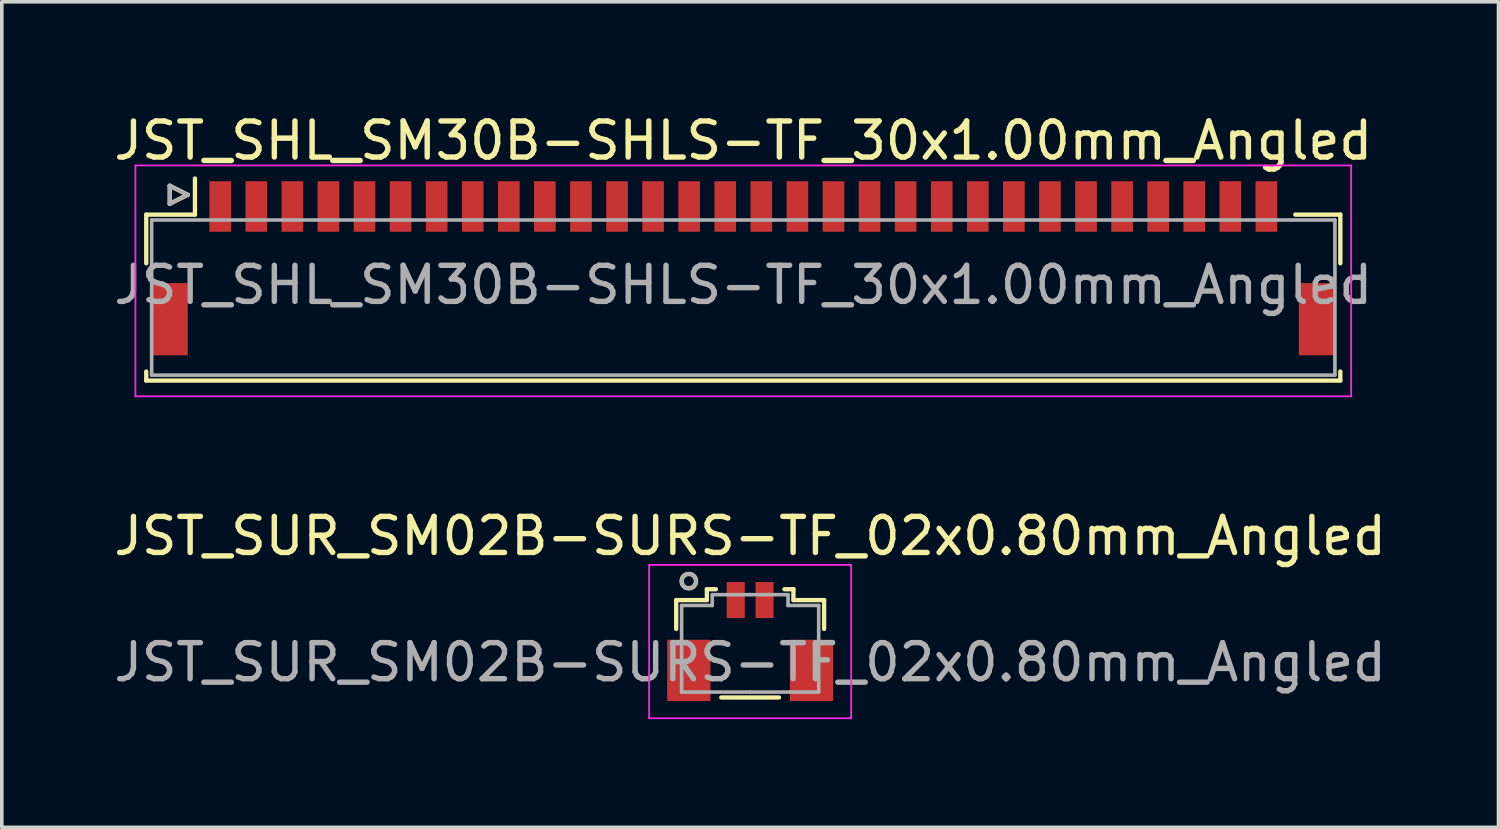
<source format=kicad_pcb>
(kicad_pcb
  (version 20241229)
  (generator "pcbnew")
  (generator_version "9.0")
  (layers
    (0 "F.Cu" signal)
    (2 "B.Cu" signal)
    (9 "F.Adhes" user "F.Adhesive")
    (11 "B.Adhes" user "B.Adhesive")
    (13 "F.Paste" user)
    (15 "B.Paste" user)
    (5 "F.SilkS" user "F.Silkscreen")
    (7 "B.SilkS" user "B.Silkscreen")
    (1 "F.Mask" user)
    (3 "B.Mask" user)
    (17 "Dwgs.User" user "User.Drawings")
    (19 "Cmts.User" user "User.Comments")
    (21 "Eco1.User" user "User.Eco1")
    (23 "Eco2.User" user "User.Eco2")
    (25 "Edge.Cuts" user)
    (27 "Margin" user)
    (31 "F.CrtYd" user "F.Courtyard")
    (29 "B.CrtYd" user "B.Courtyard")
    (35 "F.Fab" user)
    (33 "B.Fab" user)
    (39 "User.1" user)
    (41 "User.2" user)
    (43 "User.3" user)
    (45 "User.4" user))
  (footprint "JST_SUR_SM02B-SURS-TF_02x0.80mm_Angled"
    (layer "F.Cu")
    (at 17.744 14.559)
    (property "Reference" "JST_SUR_SM02B-SURS-TF_02x0.80mm_Angled" (at 0 -2.75 0) (layer "F.SilkS") (effects (font (size 1 1) (thickness 0.15))))
    (attr smd)
    (fp_line (start -2.05 -0.975) (end -2.05 -0.175) (stroke (width 0.12) (type solid)) (layer "F.SilkS"))
    (fp_line (start -1.2 -1.275) (end -1.2 -0.975) (stroke (width 0.12) (type solid)) (layer "F.SilkS"))
    (fp_line (start -1.2 -0.975) (end -2.05 -0.975) (stroke (width 0.12) (type solid)) (layer "F.SilkS"))
    (fp_line (start -0.95 -1.275) (end -1.2 -1.275) (stroke (width 0.12) (type solid)) (layer "F.SilkS"))
    (fp_line (start -0.8 1.725) (end 0.8 1.725) (stroke (width 0.12) (type solid)) (layer "F.SilkS"))
    (fp_line (start 0.95 -1.275) (end 1.2 -1.275) (stroke (width 0.12) (type solid)) (layer "F.SilkS"))
    (fp_line (start 1.2 -1.275) (end 1.2 -0.975) (stroke (width 0.12) (type solid)) (layer "F.SilkS"))
    (fp_line (start 1.2 -0.975) (end 2.05 -0.975) (stroke (width 0.12) (type solid)) (layer "F.SilkS"))
    (fp_line (start 2.05 -0.975) (end 2.05 -0.175) (stroke (width 0.12) (type solid)) (layer "F.SilkS"))
    (fp_circle (center -1.7 -1.5) (end -1.5 -1.5) (stroke (width 0.12) (type solid)) (fill no) (layer "F.SilkS"))
    (fp_line (start -2.8 -1.95) (end 2.8 -1.95) (stroke (width 0.05) (type solid)) (layer "F.CrtYd"))
    (fp_line (start -2.8 2.3) (end -2.8 -1.95) (stroke (width 0.05) (type solid)) (layer "F.CrtYd"))
    (fp_line (start 2.8 -1.95) (end 2.8 2.3) (stroke (width 0.05) (type solid)) (layer "F.CrtYd"))
    (fp_line (start 2.8 2.3) (end -2.8 2.3) (stroke (width 0.05) (type solid)) (layer "F.CrtYd"))
    (fp_line (start -1.9 -0.825) (end -1.9 1.575) (stroke (width 0.1) (type solid)) (layer "F.Fab"))
    (fp_line (start -1.9 1.575) (end 0 1.575) (stroke (width 0.1) (type solid)) (layer "F.Fab"))
    (fp_line (start -1.05 -1.125) (end -1.05 -0.825) (stroke (width 0.1) (type solid)) (layer "F.Fab"))
    (fp_line (start -1.05 -0.825) (end -1.9 -0.825) (stroke (width 0.1) (type solid)) (layer "F.Fab"))
    (fp_line (start 0 -1.125) (end -1.05 -1.125) (stroke (width 0.1) (type solid)) (layer "F.Fab"))
    (fp_line (start 0 -1.125) (end 1.05 -1.125) (stroke (width 0.1) (type solid)) (layer "F.Fab"))
    (fp_line (start 1.05 -1.125) (end 1.05 -0.825) (stroke (width 0.1) (type solid)) (layer "F.Fab"))
    (fp_line (start 1.05 -0.825) (end 1.9 -0.825) (stroke (width 0.1) (type solid)) (layer "F.Fab"))
    (fp_line (start 1.9 -0.825) (end 1.9 1.575) (stroke (width 0.1) (type solid)) (layer "F.Fab"))
    (fp_line (start 1.9 1.575) (end 0 1.575) (stroke (width 0.1) (type solid)) (layer "F.Fab"))
    (fp_circle (center -1.7 -1.5) (end -1.5 -1.5) (stroke (width 0.1) (type solid)) (fill no) (layer "F.Fab"))
    (fp_text user "${REFERENCE}" (at 0 0.75 0) (layer "F.Fab") (effects (font (size 1 1) (thickness 0.15))))
    (pad "" smd rect (at -1.7 0.975) (size 1.2 1.7) (layers "F.Cu" "F.Mask" "F.Paste"))
    (pad "" smd rect (at 1.7 0.975) (size 1.2 1.7) (layers "F.Cu" "F.Mask" "F.Paste"))
    (pad "1" smd rect (at -0.4 -0.975) (size 0.5 1) (layers "F.Cu" "F.Mask" "F.Paste"))
    (pad "2" smd rect (at 0.4 -0.975) (size 0.5 1) (layers "F.Cu" "F.Mask" "F.Paste")))
  (footprint "JST_SHL_SM30B-SHLS-TF_30x1.00mm_Angled"
    (layer "F.Cu")
    (at 17.554 4.236)
    (property "Reference" "JST_SHL_SM30B-SHLS-TF_30x1.00mm_Angled" (at 0 -3.388 0) (layer "F.SilkS") (effects (font (size 1 1) (thickness 0.15))))
    (attr smd)
    (fp_line (start -16.55 -1.337) (end -15.2 -1.337) (stroke (width 0.12) (type solid)) (layer "F.SilkS"))
    (fp_line (start -16.55 0.013) (end -16.55 -1.337) (stroke (width 0.12) (type solid)) (layer "F.SilkS"))
    (fp_line (start -16.55 3.013) (end -16.55 3.263) (stroke (width 0.12) (type solid)) (layer "F.SilkS"))
    (fp_line (start -16.55 3.263) (end 16.55 3.263) (stroke (width 0.12) (type solid)) (layer "F.SilkS"))
    (fp_line (start -15.9 -2.138) (end -15.9 -1.637) (stroke (width 0.12) (type solid)) (layer "F.SilkS"))
    (fp_line (start -15.9 -1.637) (end -15.4 -1.887) (stroke (width 0.12) (type solid)) (layer "F.SilkS"))
    (fp_line (start -15.4 -1.887) (end -15.9 -2.138) (stroke (width 0.12) (type solid)) (layer "F.SilkS"))
    (fp_line (start -15.2 -1.337) (end -15.2 -2.337) (stroke (width 0.12) (type solid)) (layer "F.SilkS"))
    (fp_line (start 16.55 -1.337) (end 15.3 -1.337) (stroke (width 0.12) (type solid)) (layer "F.SilkS"))
    (fp_line (start 16.55 0.013) (end 16.55 -1.337) (stroke (width 0.12) (type solid)) (layer "F.SilkS"))
    (fp_line (start 16.55 3.263) (end 16.55 3.013) (stroke (width 0.12) (type solid)) (layer "F.SilkS"))
    (fp_line (start -16.85 -2.7) (end -16.85 3.7) (stroke (width 0.05) (type solid)) (layer "F.CrtYd"))
    (fp_line (start -16.85 3.7) (end 16.85 3.7) (stroke (width 0.05) (type solid)) (layer "F.CrtYd"))
    (fp_line (start 16.85 -2.7) (end -16.85 -2.7) (stroke (width 0.05) (type solid)) (layer "F.CrtYd"))
    (fp_line (start 16.85 3.7) (end 16.85 -2.7) (stroke (width 0.05) (type solid)) (layer "F.CrtYd"))
    (fp_line (start -16.4 -1.188) (end -16.4 3.112) (stroke (width 0.1) (type solid)) (layer "F.Fab"))
    (fp_line (start -16.4 3.112) (end 16.4 3.112) (stroke (width 0.1) (type solid)) (layer "F.Fab"))
    (fp_line (start -15.9 -2.138) (end -15.9 -1.637) (stroke (width 0.1) (type solid)) (layer "F.Fab"))
    (fp_line (start -15.9 -1.637) (end -15.4 -1.887) (stroke (width 0.1) (type solid)) (layer "F.Fab"))
    (fp_line (start -15.4 -1.887) (end -15.9 -2.138) (stroke (width 0.1) (type solid)) (layer "F.Fab"))
    (fp_line (start 16.4 -1.188) (end -16.4 -1.188) (stroke (width 0.1) (type solid)) (layer "F.Fab"))
    (fp_line (start 16.4 3.112) (end 16.4 -1.188) (stroke (width 0.1) (type solid)) (layer "F.Fab"))
    (fp_text user "${REFERENCE}" (at 0 0.613 0) (layer "F.Fab") (effects (font (size 1 1) (thickness 0.15))))
    (pad "" smd rect (at -15.9 1.562) (size 1 2) (layers "F.Cu" "F.Mask" "F.Paste"))
    (pad "" smd rect (at 15.9 1.562) (size 1 2) (layers "F.Cu" "F.Mask" "F.Paste"))
    (pad "1" smd rect (at -14.5 -1.562) (size 0.6 1.4) (layers "F.Cu" "F.Mask" "F.Paste"))
    (pad "2" smd rect (at -13.5 -1.562) (size 0.6 1.4) (layers "F.Cu" "F.Mask" "F.Paste"))
    (pad "3" smd rect (at -12.5 -1.562) (size 0.6 1.4) (layers "F.Cu" "F.Mask" "F.Paste"))
    (pad "4" smd rect (at -11.5 -1.562) (size 0.6 1.4) (layers "F.Cu" "F.Mask" "F.Paste"))
    (pad "5" smd rect (at -10.5 -1.562) (size 0.6 1.4) (layers "F.Cu" "F.Mask" "F.Paste"))
    (pad "6" smd rect (at -9.5 -1.562) (size 0.6 1.4) (layers "F.Cu" "F.Mask" "F.Paste"))
    (pad "7" smd rect (at -8.5 -1.562) (size 0.6 1.4) (layers "F.Cu" "F.Mask" "F.Paste"))
    (pad "8" smd rect (at -7.5 -1.562) (size 0.6 1.4) (layers "F.Cu" "F.Mask" "F.Paste"))
    (pad "9" smd rect (at -6.5 -1.562) (size 0.6 1.4) (layers "F.Cu" "F.Mask" "F.Paste"))
    (pad "10" smd rect (at -5.5 -1.562) (size 0.6 1.4) (layers "F.Cu" "F.Mask" "F.Paste"))
    (pad "11" smd rect (at -4.5 -1.562) (size 0.6 1.4) (layers "F.Cu" "F.Mask" "F.Paste"))
    (pad "12" smd rect (at -3.5 -1.562) (size 0.6 1.4) (layers "F.Cu" "F.Mask" "F.Paste"))
    (pad "13" smd rect (at -2.5 -1.562) (size 0.6 1.4) (layers "F.Cu" "F.Mask" "F.Paste"))
    (pad "14" smd rect (at -1.5 -1.562) (size 0.6 1.4) (layers "F.Cu" "F.Mask" "F.Paste"))
    (pad "15" smd rect (at -0.5 -1.562) (size 0.6 1.4) (layers "F.Cu" "F.Mask" "F.Paste"))
    (pad "16" smd rect (at 0.5 -1.562) (size 0.6 1.4) (layers "F.Cu" "F.Mask" "F.Paste"))
    (pad "17" smd rect (at 1.5 -1.562) (size 0.6 1.4) (layers "F.Cu" "F.Mask" "F.Paste"))
    (pad "18" smd rect (at 2.5 -1.562) (size 0.6 1.4) (layers "F.Cu" "F.Mask" "F.Paste"))
    (pad "19" smd rect (at 3.5 -1.562) (size 0.6 1.4) (layers "F.Cu" "F.Mask" "F.Paste"))
    (pad "20" smd rect (at 4.5 -1.562) (size 0.6 1.4) (layers "F.Cu" "F.Mask" "F.Paste"))
    (pad "21" smd rect (at 5.5 -1.562) (size 0.6 1.4) (layers "F.Cu" "F.Mask" "F.Paste"))
    (pad "22" smd rect (at 6.5 -1.562) (size 0.6 1.4) (layers "F.Cu" "F.Mask" "F.Paste"))
    (pad "23" smd rect (at 7.5 -1.562) (size 0.6 1.4) (layers "F.Cu" "F.Mask" "F.Paste"))
    (pad "24" smd rect (at 8.5 -1.562) (size 0.6 1.4) (layers "F.Cu" "F.Mask" "F.Paste"))
    (pad "25" smd rect (at 9.5 -1.562) (size 0.6 1.4) (layers "F.Cu" "F.Mask" "F.Paste"))
    (pad "26" smd rect (at 10.5 -1.562) (size 0.6 1.4) (layers "F.Cu" "F.Mask" "F.Paste"))
    (pad "27" smd rect (at 11.5 -1.562) (size 0.6 1.4) (layers "F.Cu" "F.Mask" "F.Paste"))
    (pad "28" smd rect (at 12.5 -1.562) (size 0.6 1.4) (layers "F.Cu" "F.Mask" "F.Paste"))
    (pad "29" smd rect (at 13.5 -1.562) (size 0.6 1.4) (layers "F.Cu" "F.Mask" "F.Paste"))
    (pad "30" smd rect (at 14.5 -1.562) (size 0.6 1.4) (layers "F.Cu" "F.Mask" "F.Paste")))
  (gr_rect
    (start -3 -3)
    (end 38.488 19.884)
    (stroke (width 0.1) (type default))
    (fill no)
    (layer "Edge.Cuts")))
</source>
